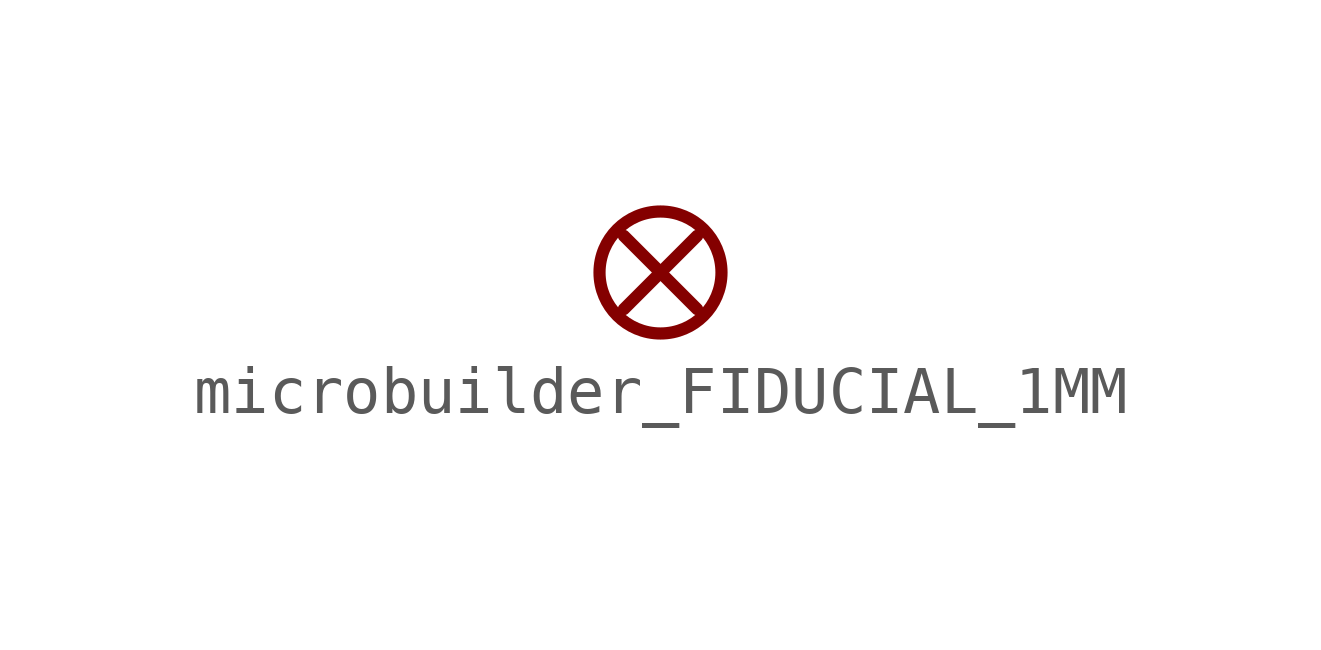
<source format=kicad_sym>
(kicad_symbol_lib
  (version 20231120)
  (generator "kicad_symbol_editor")
  (generator_version "8.0")
  (symbol "microbuilder_FIDUCIAL_1MM"
    (property "Reference" "FID"
      (at 0 0 0)
      (effects (font (size 1.27 1.27)) (hide yes)))
    (property "ki_locked" ""
      (at 0 0 0)
      (effects (font (size 1.27 1.27))))
    (symbol "microbuilder_FIDUCIAL_1MM_1_0"
      (polyline (pts (xy -0.762 0.762) (xy 0.762 -0.762)) (stroke (width 0.254) (type solid)) (fill (type none)))
      (polyline (pts (xy 0.762 0.762) (xy -0.762 -0.762)) (stroke (width 0.254) (type solid)) (fill (type none)))
      (circle (center 0 0) (radius 1.27) (stroke (width 0.254) (type solid)) (fill (type none))))))
</source>
